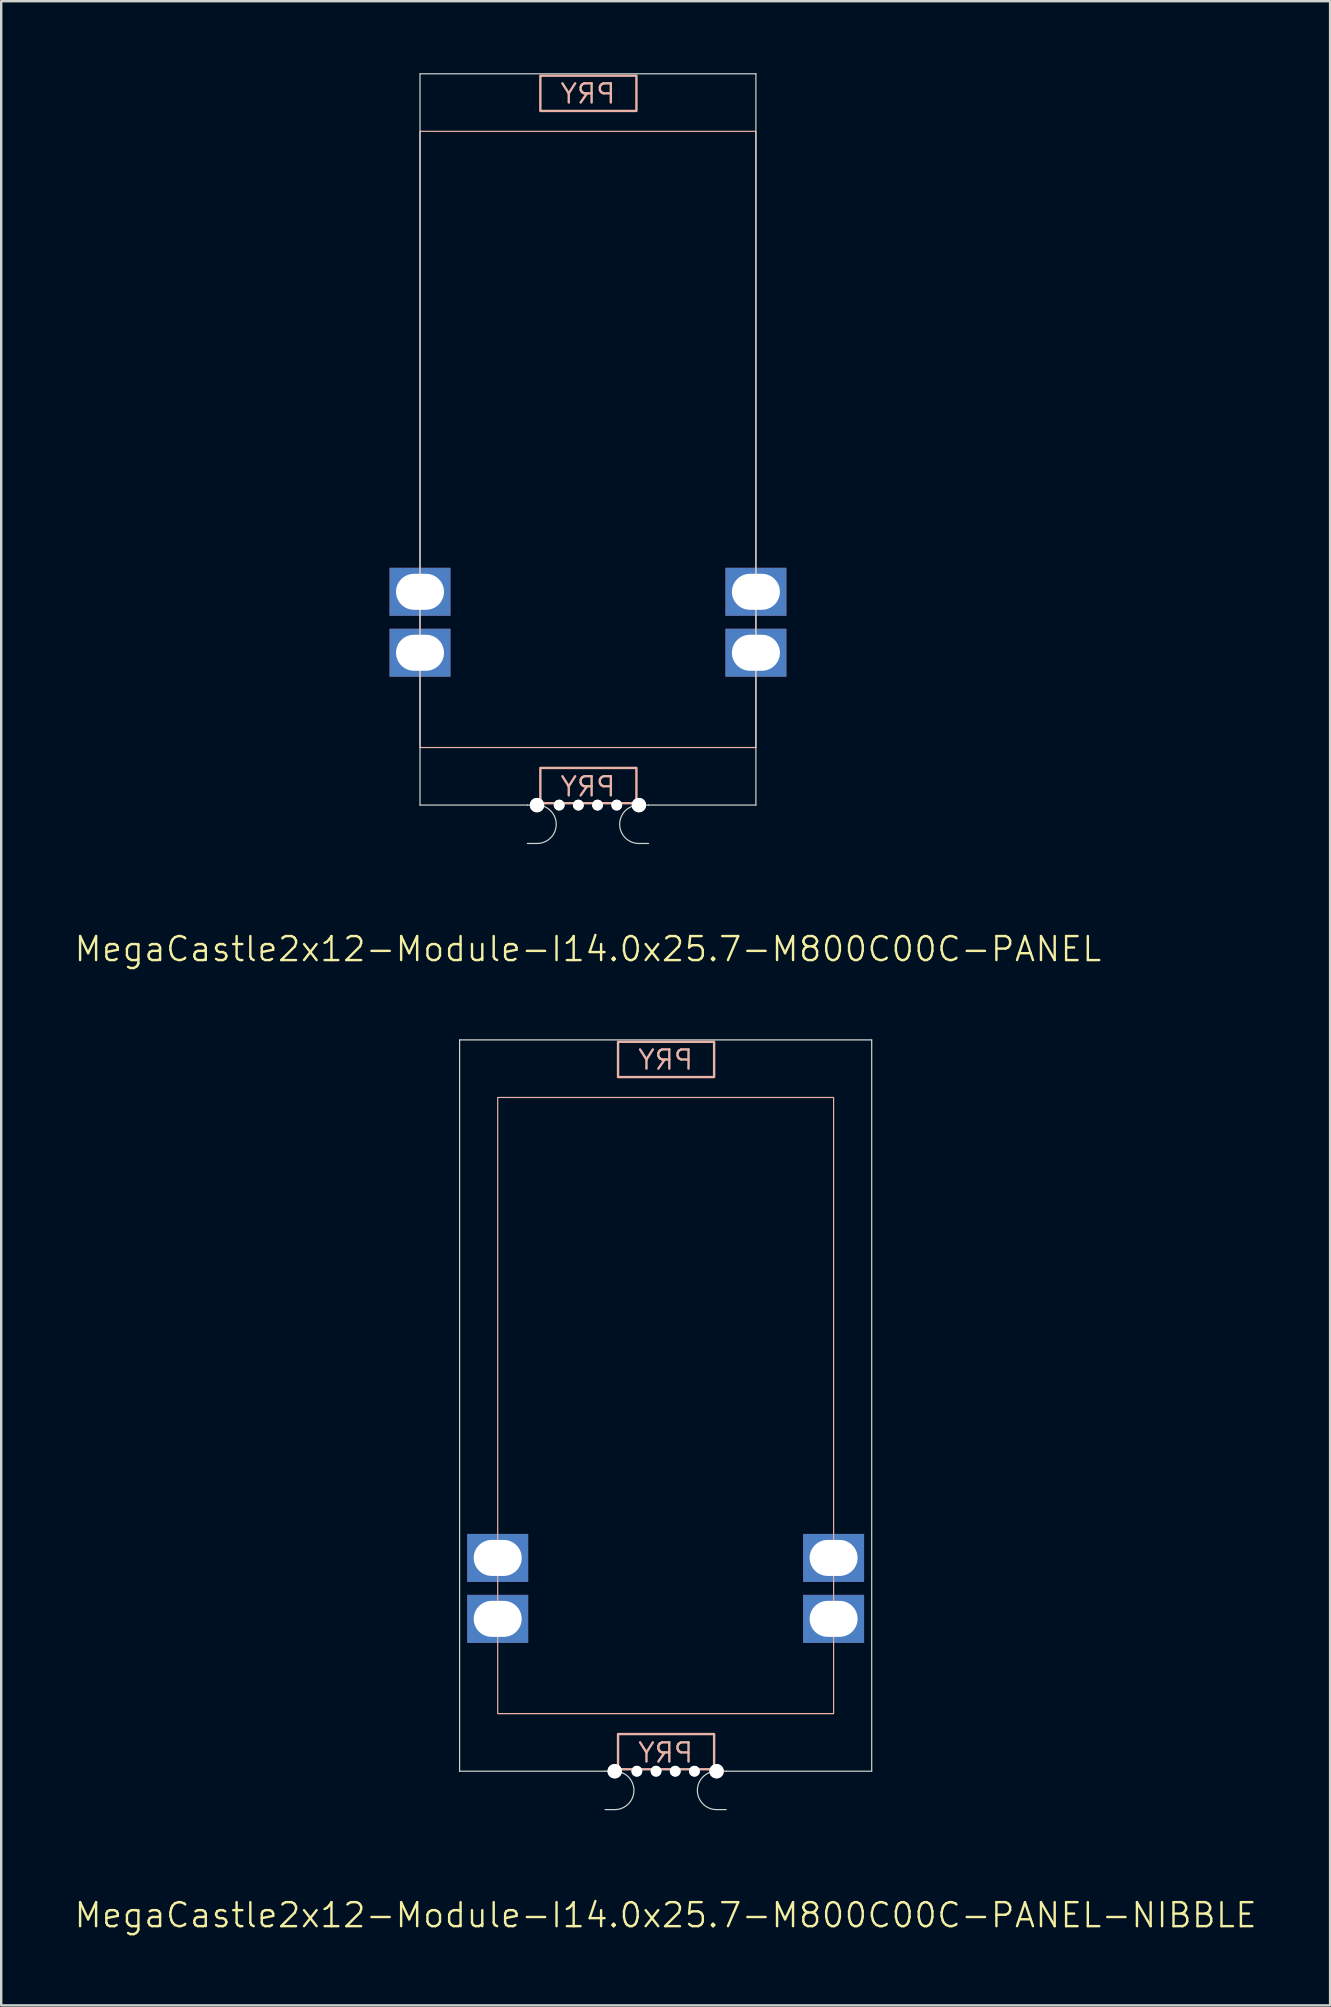
<source format=kicad_pcb>
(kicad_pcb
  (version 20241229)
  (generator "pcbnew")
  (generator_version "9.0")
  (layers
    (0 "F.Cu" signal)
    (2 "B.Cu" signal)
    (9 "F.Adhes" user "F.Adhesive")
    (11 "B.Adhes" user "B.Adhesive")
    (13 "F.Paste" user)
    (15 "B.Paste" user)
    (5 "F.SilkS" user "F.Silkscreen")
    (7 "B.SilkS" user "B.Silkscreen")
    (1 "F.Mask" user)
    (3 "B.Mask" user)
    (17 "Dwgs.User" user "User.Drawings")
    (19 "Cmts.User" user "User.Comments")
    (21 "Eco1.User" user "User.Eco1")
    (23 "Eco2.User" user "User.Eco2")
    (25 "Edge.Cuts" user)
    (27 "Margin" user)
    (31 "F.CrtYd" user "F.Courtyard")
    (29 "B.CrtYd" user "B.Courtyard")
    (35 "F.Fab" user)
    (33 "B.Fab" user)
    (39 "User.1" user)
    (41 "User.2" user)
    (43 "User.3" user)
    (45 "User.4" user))
  (footprint "MegaCastle2x12-Module-I14.0x25.7-M800C00C-PANEL-NIBBLE"
    (layer "F.Cu")
    (at 24.693 55.531)
    (property "Reference" "MegaCastle2x12-Module-I14.0x25.7-M800C00C-PANEL-NIBBLE" (at 0 21.24 0) (unlocked yes) (layer "F.SilkS") (effects (font (size 1 1) (thickness 0.1))))
    (attr smd)
    (fp_rect (start -7 12.84) (end 7 -12.84) (stroke (width 0.05) (type default)) (fill no) (layer "B.SilkS"))
    (fp_rect (start -1.984 -13.691) (end 2.02 -15.16) (stroke (width 0.1) (type default)) (fill no) (layer "B.SilkS"))
    (fp_rect (start -1.984 13.691) (end 2.02 15.16) (stroke (width 0.1) (type default)) (fill no) (layer "B.SilkS"))
    (fp_line (start -8.588 -15.24) (end -8.588 15.24) (stroke (width 0.05) (type default)) (layer "Edge.Cuts"))
    (fp_line (start -8.588 -15.24) (end 8.588 -15.24) (stroke (width 0.05) (type default)) (layer "Edge.Cuts"))
    (fp_line (start -8.588 15.24) (end -2.522 15.24) (stroke (width 0.05) (type default)) (layer "Edge.Cuts"))
    (fp_line (start -2.522 15.24) (end -2.123 15.24) (stroke (width 0.05) (type default)) (layer "Edge.Cuts"))
    (fp_line (start -2.522 16.84) (end -2.123 16.84) (stroke (width 0.05) (type default)) (layer "Edge.Cuts"))
    (fp_line (start 2.522 15.24) (end 2.123 15.24) (stroke (width 0.05) (type default)) (layer "Edge.Cuts"))
    (fp_line (start 2.522 15.24) (end 8.588 15.24) (stroke (width 0.05) (type default)) (layer "Edge.Cuts"))
    (fp_line (start 2.522 16.84) (end 2.123 16.84) (stroke (width 0.05) (type default)) (layer "Edge.Cuts"))
    (fp_line (start 8.588 -15.24) (end 8.588 15.24) (stroke (width 0.05) (type default)) (layer "Edge.Cuts"))
    (fp_arc (start -2.1225 15.24) (mid -1.3225 16.040001) (end -2.1225 16.84) (stroke (width 0.05) (type default)) (layer "Edge.Cuts"))
    (fp_arc (start 2.1225 16.84) (mid 1.3225 16.04) (end 2.1225 15.24) (stroke (width 0.05) (type default)) (layer "Edge.Cuts"))
    (fp_text user "PRY" (at 0 14.94 0) (unlocked yes) (layer "B.SilkS") (effects (font (size 0.8 0.8) (thickness 0.1)) (justify bottom mirror)))
    (fp_text user "PRY" (at 0 -13.94 0) (unlocked yes) (layer "B.SilkS") (effects (font (size 0.8 0.8) (thickness 0.1)) (justify bottom mirror)))
    (pad "" np_thru_hole circle (at -2.123 15.24) (size 0.6 0.6) (drill 0.6) (layers "*.Cu" "Edge.Cuts"))
    (pad "" np_thru_hole circle (at -1.2 15.24) (size 0.45 0.45) (drill 0.45) (layers "*.Cu" "Edge.Cuts"))
    (pad "" np_thru_hole circle (at -0.4 15.24) (size 0.45 0.45) (drill 0.45) (layers "*.Cu" "Edge.Cuts"))
    (pad "" np_thru_hole circle (at 0.4 15.24) (size 0.45 0.45) (drill 0.45) (layers "*.Cu" "Edge.Cuts"))
    (pad "" np_thru_hole circle (at 1.2 15.24) (size 0.45 0.45) (drill 0.45) (layers "*.Cu" "Edge.Cuts"))
    (pad "" np_thru_hole circle (at 2.123 15.24) (size 0.6 0.6) (drill 0.6) (layers "*.Cu" "Edge.Cuts"))
    (pad "9" thru_hole rect (at -7 6.35) (size 2.54 2) (drill oval 2 1.5) (property pad_prop_castellated) (layers "*.Cu" "*.Mask"))
    (pad "10" thru_hole rect (at -7 8.89) (size 2.54 2) (drill oval 2 1.5) (property pad_prop_castellated) (layers "*.Cu" "*.Mask"))
    (pad "21" thru_hole rect (at 7 6.35) (size 2.54 2) (drill oval 2 1.5) (property pad_prop_castellated) (layers "*.Cu" "*.Mask"))
    (pad "22" thru_hole rect (at 7 8.89) (size 2.54 2) (drill oval 2 1.5) (property pad_prop_castellated) (layers "*.Cu" "*.Mask"))
    (zone (net_name "") (layer "B.Cu") (hatch edge 0.5) (connect_pads) (min_thickness 0.25) (filled_areas_thickness no) (keepout (tracks allowed) (vias allowed) (pads allowed) (copperpour allowed) (footprints not_allowed)) (placement (enabled no)) (fill) (polygon (pts (xy 17.693 70.77) (xy 17.693 40.291))))
    (zone (net_name "") (layer "B.Cu") (hatch edge 0.5) (connect_pads) (min_thickness 0.25) (filled_areas_thickness no) (keepout (tracks allowed) (vias allowed) (pads allowed) (copperpour allowed) (footprints not_allowed)) (placement (enabled no)) (fill) (polygon (pts (xy 31.693 70.77) (xy 31.693 40.291))))
    (zone (net_name "") (layer "B.Cu") (hatch edge 0.5) (connect_pads) (min_thickness 0.25) (filled_areas_thickness no) (keepout (tracks allowed) (vias allowed) (pads allowed) (copperpour allowed) (footprints not_allowed)) (placement (enabled no)) (fill) (polygon (pts (xy 17.693 40.291) (xy 17.693 42.691) (xy 31.693 42.691) (xy 31.693 40.291))))
    (zone (net_name "") (layer "B.Cu") (hatch edge 0.5) (connect_pads) (min_thickness 0.25) (filled_areas_thickness no) (keepout (tracks allowed) (vias allowed) (pads allowed) (copperpour allowed) (footprints not_allowed)) (placement (enabled no)) (fill) (polygon (pts (xy 17.693 70.77) (xy 17.693 68.371) (xy 31.693 68.371) (xy 31.693 70.77))))
    (zone (net_name "") (layer "B.Cu") (name "Upper Pry Zone") (hatch edge 0.5) (connect_pads) (min_thickness 0.25) (filled_areas_thickness no) (keepout (tracks not_allowed) (vias not_allowed) (pads not_allowed) (copperpour allowed) (footprints not_allowed)) (placement (enabled no)) (fill) (polygon (pts (xy 22.709 41.839) (xy 22.709 40.37) (xy 26.712 40.37) (xy 26.712 41.839))))
    (zone (net_name "") (layer "B.Cu") (name "Upper Pry Zone") (hatch edge 0.5) (connect_pads) (min_thickness 0.25) (filled_areas_thickness no) (keepout (tracks not_allowed) (vias not_allowed) (pads not_allowed) (copperpour allowed) (footprints not_allowed)) (placement (enabled no)) (fill) (polygon (pts (xy 22.709 69.222) (xy 22.709 70.691) (xy 26.712 70.691) (xy 26.712 69.222)))))
  (footprint "MegaCastle2x12-Module-I14.0x25.7-M800C00C-PANEL"
    (layer "F.Cu")
    (at 21.455 15.265)
    (property "Reference" "MegaCastle2x12-Module-I14.0x25.7-M800C00C-PANEL" (at 0 21.24 0) (unlocked yes) (layer "F.SilkS") (effects (font (size 1 1) (thickness 0.1))))
    (attr smd)
    (fp_rect (start -7 12.84) (end 7 -12.84) (stroke (width 0.05) (type default)) (fill no) (layer "B.SilkS"))
    (fp_rect (start -1.984 -13.691) (end 2.02 -15.16) (stroke (width 0.1) (type default)) (fill no) (layer "B.SilkS"))
    (fp_rect (start -1.984 13.691) (end 2.02 15.16) (stroke (width 0.1) (type default)) (fill no) (layer "B.SilkS"))
    (fp_line (start -7 -15.24) (end -7 15.24) (stroke (width 0.05) (type default)) (layer "Edge.Cuts"))
    (fp_line (start -7 -15.24) (end 7 -15.24) (stroke (width 0.05) (type default)) (layer "Edge.Cuts"))
    (fp_line (start -7 15.24) (end -2.522 15.24) (stroke (width 0.05) (type default)) (layer "Edge.Cuts"))
    (fp_line (start -2.522 15.24) (end -2.123 15.24) (stroke (width 0.05) (type default)) (layer "Edge.Cuts"))
    (fp_line (start -2.522 16.84) (end -2.123 16.84) (stroke (width 0.05) (type default)) (layer "Edge.Cuts"))
    (fp_line (start 2.522 15.24) (end 2.123 15.24) (stroke (width 0.05) (type default)) (layer "Edge.Cuts"))
    (fp_line (start 2.522 15.24) (end 7 15.24) (stroke (width 0.05) (type default)) (layer "Edge.Cuts"))
    (fp_line (start 2.522 16.84) (end 2.123 16.84) (stroke (width 0.05) (type default)) (layer "Edge.Cuts"))
    (fp_line (start 7 -15.24) (end 7 15.24) (stroke (width 0.05) (type default)) (layer "Edge.Cuts"))
    (fp_arc (start -2.1225 15.24) (mid -1.3225 16.040001) (end -2.1225 16.84) (stroke (width 0.05) (type default)) (layer "Edge.Cuts"))
    (fp_arc (start 2.1225 16.84) (mid 1.3225 16.04) (end 2.1225 15.24) (stroke (width 0.05) (type default)) (layer "Edge.Cuts"))
    (fp_text user "PRY" (at 0 -13.94 0) (unlocked yes) (layer "B.SilkS") (effects (font (size 0.8 0.8) (thickness 0.1)) (justify bottom mirror)))
    (fp_text user "PRY" (at 0 14.94 0) (unlocked yes) (layer "B.SilkS") (effects (font (size 0.8 0.8) (thickness 0.1)) (justify bottom mirror)))
    (pad "" np_thru_hole circle (at -2.123 15.24) (size 0.6 0.6) (drill 0.6) (layers "*.Cu" "Edge.Cuts"))
    (pad "" np_thru_hole circle (at -1.2 15.24) (size 0.45 0.45) (drill 0.45) (layers "*.Cu" "Edge.Cuts"))
    (pad "" np_thru_hole circle (at -0.4 15.24) (size 0.45 0.45) (drill 0.45) (layers "*.Cu" "Edge.Cuts"))
    (pad "" np_thru_hole circle (at 0.4 15.24) (size 0.45 0.45) (drill 0.45) (layers "*.Cu" "Edge.Cuts"))
    (pad "" np_thru_hole circle (at 1.2 15.24) (size 0.45 0.45) (drill 0.45) (layers "*.Cu" "Edge.Cuts"))
    (pad "" np_thru_hole circle (at 2.123 15.24) (size 0.6 0.6) (drill 0.6) (layers "*.Cu" "Edge.Cuts"))
    (pad "9" thru_hole rect (at -7 6.35) (size 2.54 2) (drill oval 2 1.5) (property pad_prop_castellated) (layers "*.Cu" "*.Mask"))
    (pad "10" thru_hole rect (at -7 8.89) (size 2.54 2) (drill oval 2 1.5) (property pad_prop_castellated) (layers "*.Cu" "*.Mask"))
    (pad "21" thru_hole rect (at 7 6.35) (size 2.54 2) (drill oval 2 1.5) (property pad_prop_castellated) (layers "*.Cu" "*.Mask"))
    (pad "22" thru_hole rect (at 7 8.89) (size 2.54 2) (drill oval 2 1.5) (property pad_prop_castellated) (layers "*.Cu" "*.Mask"))
    (zone (net_name "") (layer "B.Cu") (hatch edge 0.5) (connect_pads) (min_thickness 0.25) (filled_areas_thickness no) (keepout (tracks allowed) (vias allowed) (pads allowed) (copperpour allowed) (footprints not_allowed)) (placement (enabled no)) (fill) (polygon (pts (xy 14.455 30.505) (xy 14.455 0.025))))
    (zone (net_name "") (layer "B.Cu") (hatch edge 0.5) (connect_pads) (min_thickness 0.25) (filled_areas_thickness no) (keepout (tracks allowed) (vias allowed) (pads allowed) (copperpour allowed) (footprints not_allowed)) (placement (enabled no)) (fill) (polygon (pts (xy 28.455 30.505) (xy 28.455 0.025))))
    (zone (net_name "") (layer "B.Cu") (hatch edge 0.5) (connect_pads) (min_thickness 0.25) (filled_areas_thickness no) (keepout (tracks allowed) (vias allowed) (pads allowed) (copperpour allowed) (footprints not_allowed)) (placement (enabled no)) (fill) (polygon (pts (xy 14.455 0.025) (xy 14.455 2.425) (xy 28.455 2.425) (xy 28.455 0.025))))
    (zone (net_name "") (layer "B.Cu") (hatch edge 0.5) (connect_pads) (min_thickness 0.25) (filled_areas_thickness no) (keepout (tracks allowed) (vias allowed) (pads allowed) (copperpour allowed) (footprints not_allowed)) (placement (enabled no)) (fill) (polygon (pts (xy 14.455 30.505) (xy 14.455 28.105) (xy 28.455 28.105) (xy 28.455 30.505))))
    (zone (net_name "") (layer "B.Cu") (name "Upper Pry Zone") (hatch edge 0.5) (connect_pads) (min_thickness 0.25) (filled_areas_thickness no) (keepout (tracks not_allowed) (vias not_allowed) (pads not_allowed) (copperpour allowed) (footprints not_allowed)) (placement (enabled no)) (fill) (polygon (pts (xy 19.471 1.574) (xy 19.471 0.105) (xy 23.474 0.105) (xy 23.474 1.574))))
    (zone (net_name "") (layer "B.Cu") (name "Upper Pry Zone") (hatch edge 0.5) (connect_pads) (min_thickness 0.25) (filled_areas_thickness no) (keepout (tracks not_allowed) (vias not_allowed) (pads not_allowed) (copperpour allowed) (footprints not_allowed)) (placement (enabled no)) (fill) (polygon (pts (xy 19.471 28.956) (xy 19.471 30.425) (xy 23.474 30.425) (xy 23.474 28.956)))))
  (gr_rect
    (start -3 -3)
    (end 52.386 80.531)
    (stroke (width 0.1) (type default))
    (fill no)
    (layer "Edge.Cuts")))
</source>
